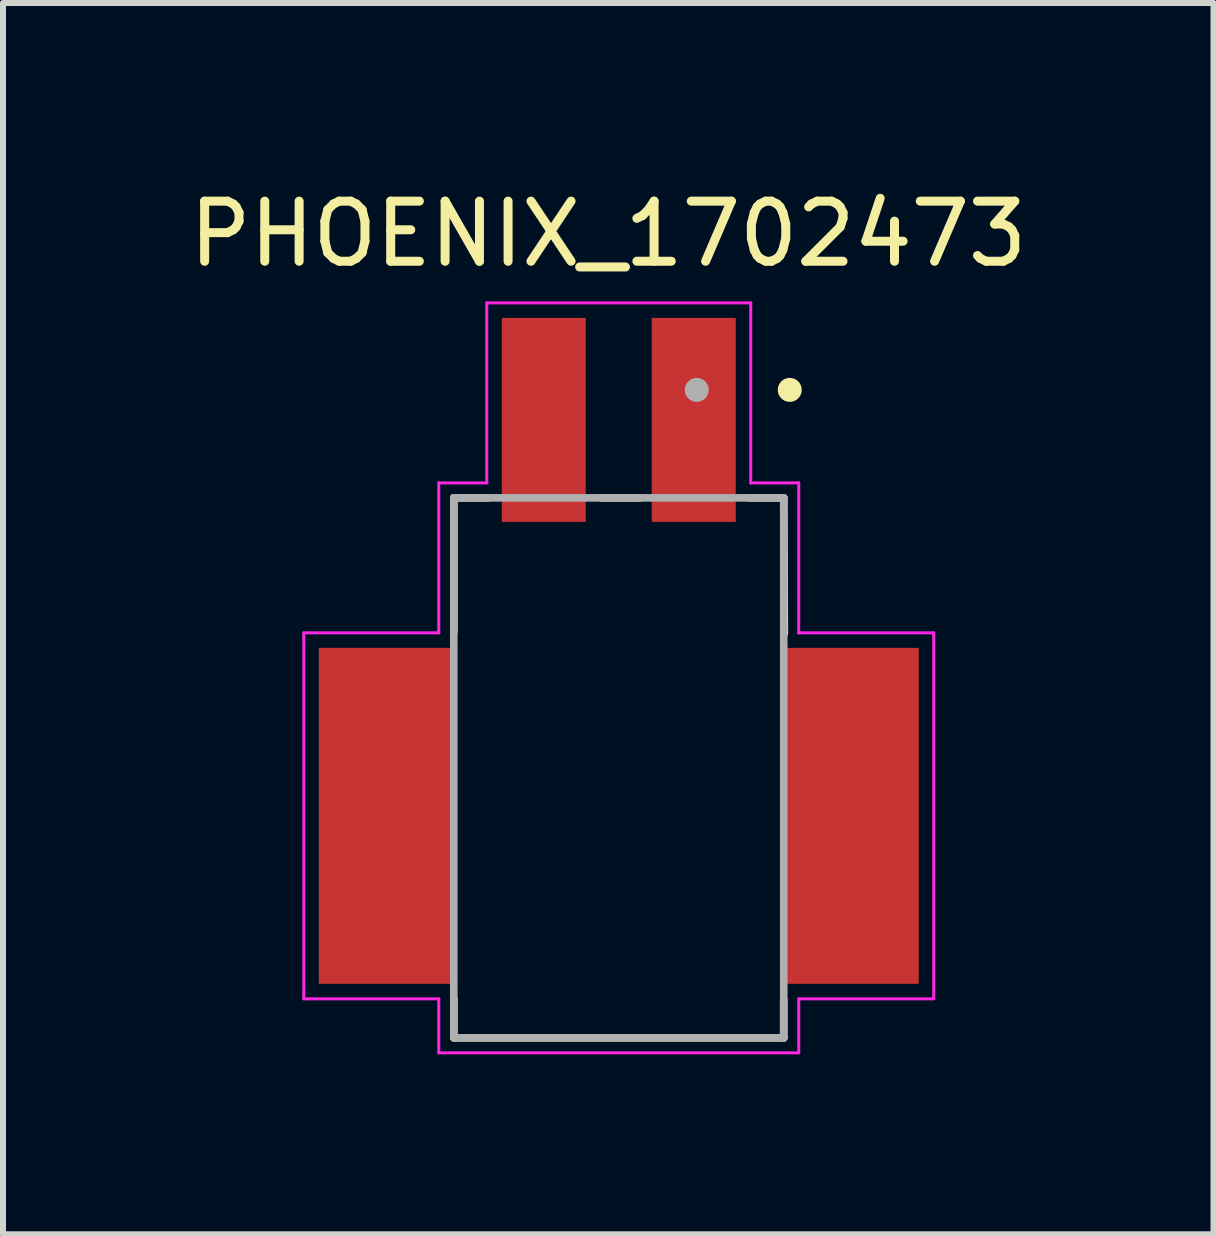
<source format=kicad_pcb>
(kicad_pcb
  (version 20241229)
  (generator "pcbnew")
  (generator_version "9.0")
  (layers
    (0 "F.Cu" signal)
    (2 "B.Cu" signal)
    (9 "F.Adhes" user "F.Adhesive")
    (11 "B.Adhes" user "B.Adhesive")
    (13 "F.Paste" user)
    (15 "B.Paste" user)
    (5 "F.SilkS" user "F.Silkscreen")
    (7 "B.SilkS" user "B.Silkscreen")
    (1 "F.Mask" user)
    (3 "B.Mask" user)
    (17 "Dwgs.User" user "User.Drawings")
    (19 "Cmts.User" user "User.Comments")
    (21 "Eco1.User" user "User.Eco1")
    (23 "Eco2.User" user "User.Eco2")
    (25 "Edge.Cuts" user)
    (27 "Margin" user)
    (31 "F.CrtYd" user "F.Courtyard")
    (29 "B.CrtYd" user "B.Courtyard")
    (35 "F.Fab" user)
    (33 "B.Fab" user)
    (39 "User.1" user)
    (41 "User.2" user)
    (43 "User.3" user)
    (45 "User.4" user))
  (footprint "PHOENIX_1702473"
    (layer "F.Cu")
    (at 7.264 9.749)
    (property "Reference" "PHOENIX_1702473" (at -0.175 -8.9 0) (layer "F.SilkS") (effects (font (size 1.002 1.002) (thickness 0.15))))
    (attr through_hole)
    (fp_line (start -2.75 -4.5) (end -2.75 -2.27) (stroke (width 0.127) (type solid)) (layer "F.SilkS"))
    (fp_line (start -2.75 3.85) (end -2.75 4.5) (stroke (width 0.127) (type solid)) (layer "F.SilkS"))
    (fp_line (start -2.75 4.5) (end 2.75 4.5) (stroke (width 0.127) (type solid)) (layer "F.SilkS"))
    (fp_line (start -2.18 -4.5) (end -2.75 -4.5) (stroke (width 0.127) (type solid)) (layer "F.SilkS"))
    (fp_line (start 0.35 -4.5) (end -0.3 -4.5) (stroke (width 0.127) (type solid)) (layer "F.SilkS"))
    (fp_line (start 2.75 -4.5) (end 2.17 -4.5) (stroke (width 0.127) (type solid)) (layer "F.SilkS"))
    (fp_line (start 2.75 4.5) (end 2.75 3.87) (stroke (width 0.127) (type solid)) (layer "F.SilkS"))
    (fp_line (start 2.76 -2.24) (end 2.75 -4.5) (stroke (width 0.127) (type solid)) (layer "F.SilkS"))
    (fp_circle (center 2.85 -6.3) (end 2.95 -6.3) (stroke (width 0.2) (type solid)) (fill no) (layer "F.SilkS"))
    (fp_line (start -5.25 -2.25) (end -5.25 3.85) (stroke (width 0.05) (type solid)) (layer "F.CrtYd"))
    (fp_line (start -5.25 3.85) (end -3 3.85) (stroke (width 0.05) (type solid)) (layer "F.CrtYd"))
    (fp_line (start -3 -4.75) (end -3 -2.25) (stroke (width 0.05) (type solid)) (layer "F.CrtYd"))
    (fp_line (start -3 -2.25) (end -5.25 -2.25) (stroke (width 0.05) (type solid)) (layer "F.CrtYd"))
    (fp_line (start -3 3.85) (end -3 4.75) (stroke (width 0.05) (type solid)) (layer "F.CrtYd"))
    (fp_line (start -3 4.75) (end 3 4.75) (stroke (width 0.05) (type solid)) (layer "F.CrtYd"))
    (fp_line (start -2.2 -7.75) (end -2.2 -4.75) (stroke (width 0.05) (type solid)) (layer "F.CrtYd"))
    (fp_line (start -2.2 -4.75) (end -3 -4.75) (stroke (width 0.05) (type solid)) (layer "F.CrtYd"))
    (fp_line (start 2.2 -7.75) (end -2.2 -7.75) (stroke (width 0.05) (type solid)) (layer "F.CrtYd"))
    (fp_line (start 2.2 -4.75) (end 2.2 -7.75) (stroke (width 0.05) (type solid)) (layer "F.CrtYd"))
    (fp_line (start 3 -4.75) (end 2.2 -4.75) (stroke (width 0.05) (type solid)) (layer "F.CrtYd"))
    (fp_line (start 3 -2.25) (end 3 -4.75) (stroke (width 0.05) (type solid)) (layer "F.CrtYd"))
    (fp_line (start 3 3.85) (end 5.25 3.85) (stroke (width 0.05) (type solid)) (layer "F.CrtYd"))
    (fp_line (start 3 4.75) (end 3 3.85) (stroke (width 0.05) (type solid)) (layer "F.CrtYd"))
    (fp_line (start 5.25 -2.25) (end 3 -2.25) (stroke (width 0.05) (type solid)) (layer "F.CrtYd"))
    (fp_line (start 5.25 3.85) (end 5.25 -2.25) (stroke (width 0.05) (type solid)) (layer "F.CrtYd"))
    (fp_line (start -2.75 -4.5) (end -2.75 4.5) (stroke (width 0.127) (type solid)) (layer "F.Fab"))
    (fp_line (start -2.75 4.5) (end 2.75 4.5) (stroke (width 0.127) (type solid)) (layer "F.Fab"))
    (fp_line (start 2.75 -4.5) (end -2.75 -4.5) (stroke (width 0.127) (type solid)) (layer "F.Fab"))
    (fp_line (start 2.75 4.5) (end 2.75 -4.5) (stroke (width 0.127) (type solid)) (layer "F.Fab"))
    (fp_circle (center 1.3 -6.3) (end 1.4 -6.3) (stroke (width 0.2) (type solid)) (fill no) (layer "F.Fab"))
    (pad "1" smd rect (at 1.25 -5.8) (size 1.4 3.4) (layers "F.Cu" "F.Mask" "F.Paste"))
    (pad "2" smd rect (at -1.25 -5.8) (size 1.4 3.4) (layers "F.Cu" "F.Mask" "F.Paste"))
    (pad "SH1" smd rect (at 3.85 0.8) (size 2.3 5.6) (layers "F.Cu" "F.Mask" "F.Paste"))
    (pad "SH2" smd rect (at -3.85 0.8) (size 2.3 5.6) (layers "F.Cu" "F.Mask" "F.Paste")))
  (gr_rect
    (start -3 -3)
    (end 17.178 17.524)
    (stroke (width 0.1) (type default))
    (fill no)
    (layer "Edge.Cuts")))
</source>
